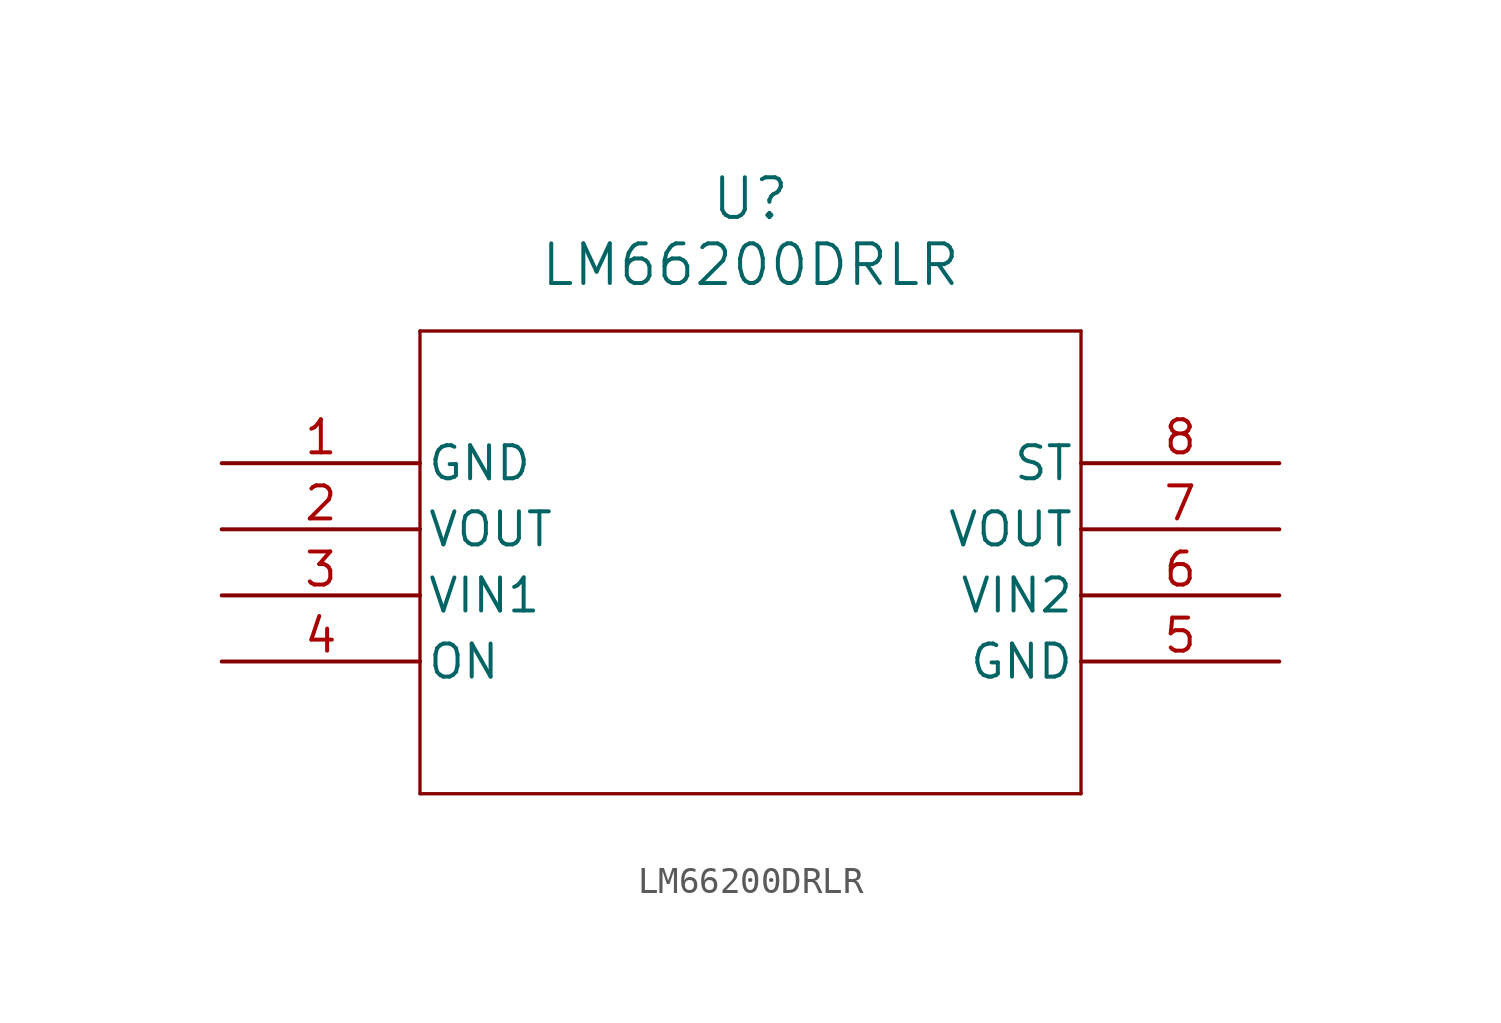
<source format=kicad_sym>
(kicad_symbol_lib
  (version 20211014)
  (generator kicad_symbol_editor)
  (symbol "LM66200DRLR"
    (pin_names
      (offset 0.254))
    (property "Reference" "U"
      (at 20.32 10.16 0)
      (effects (font (size 1.524 1.524))))
    (property "Value" "LM66200DRLR"
      (at 20.32 7.62 0)
      (effects (font (size 1.524 1.524))))
    (symbol "LM66200DRLR_0_1"
      (polyline (pts (xy 7.62 5.08) (xy 7.62 -12.7)) (stroke (width 0.127) (type default) (color 0 0 0 0)) (fill (type none)))
      (polyline (pts (xy 7.62 -12.7) (xy 33.02 -12.7)) (stroke (width 0.127) (type default) (color 0 0 0 0)) (fill (type none)))
      (polyline (pts (xy 33.02 -12.7) (xy 33.02 5.08)) (stroke (width 0.127) (type default) (color 0 0 0 0)) (fill (type none)))
      (polyline (pts (xy 33.02 5.08) (xy 7.62 5.08)) (stroke (width 0.127) (type default) (color 0 0 0 0)) (fill (type none)))
      (pin power_out line (at 0 0 0) (length 7.62) (name "GND" (effects (font (size 1.27 1.27)))) (number "1" (effects (font (size 1.27 1.27)))))
      (pin power_in line (at 0 -2.54 0) (length 7.62) (name "VOUT" (effects (font (size 1.27 1.27)))) (number "2" (effects (font (size 1.27 1.27)))))
      (pin input line (at 0 -5.08 0) (length 7.62) (name "VIN1" (effects (font (size 1.27 1.27)))) (number "3" (effects (font (size 1.27 1.27)))))
      (pin input line (at 0 -7.62 0) (length 7.62) (name "ON" (effects (font (size 1.27 1.27)))) (number "4" (effects (font (size 1.27 1.27)))))
      (pin power_out line (at 40.64 -7.62 180) (length 7.62) (name "GND" (effects (font (size 1.27 1.27)))) (number "5" (effects (font (size 1.27 1.27)))))
      (pin input line (at 40.64 -5.08 180) (length 7.62) (name "VIN2" (effects (font (size 1.27 1.27)))) (number "6" (effects (font (size 1.27 1.27)))))
      (pin output line (at 40.64 -2.54 180) (length 7.62) (name "VOUT" (effects (font (size 1.27 1.27)))) (number "7" (effects (font (size 1.27 1.27)))))
      (pin output line (at 40.64 0 180) (length 7.62) (name "ST" (effects (font (size 1.27 1.27)))) (number "8" (effects (font (size 1.27 1.27))))))))
</source>
